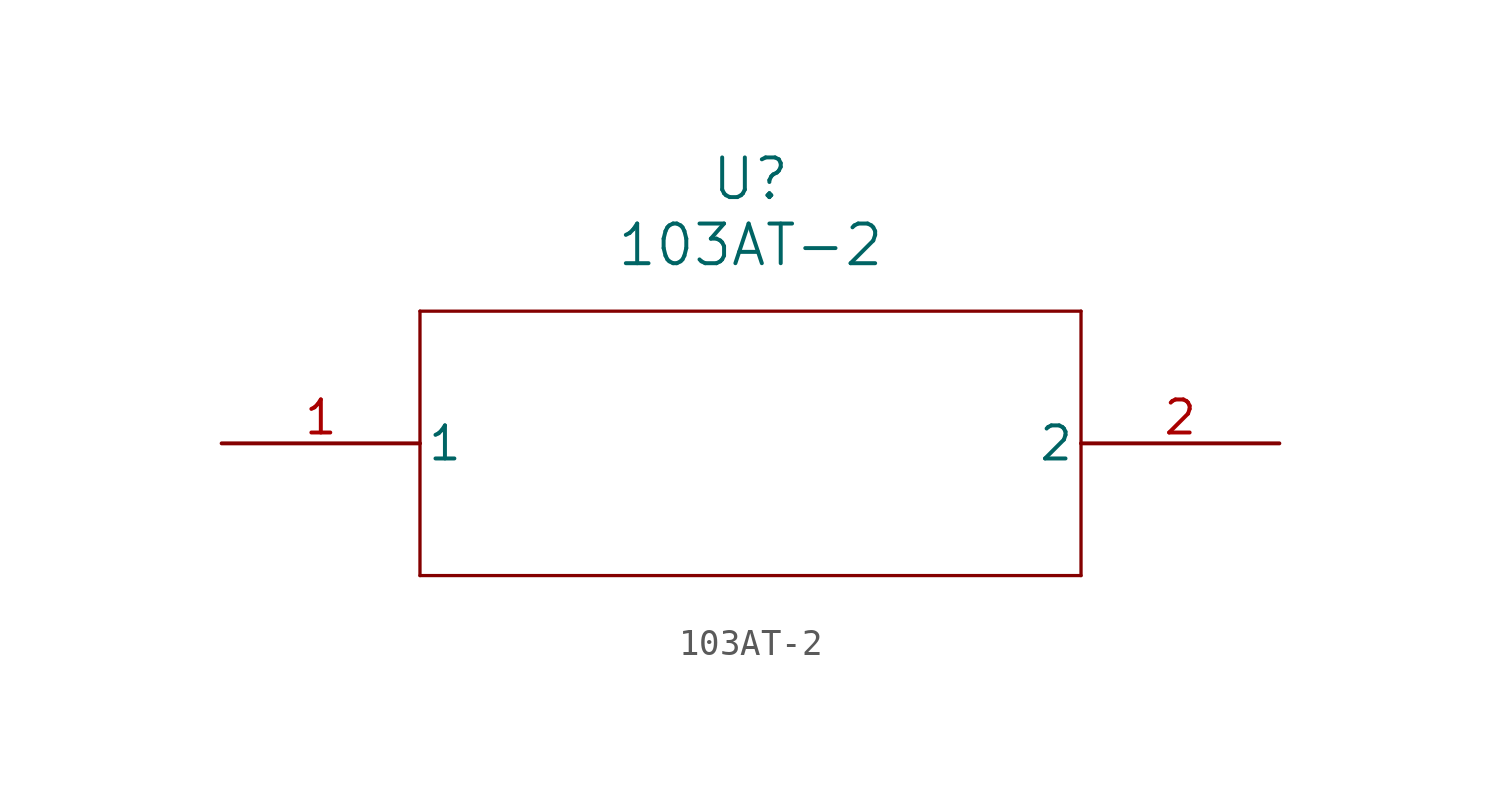
<source format=kicad_sym>
(kicad_symbol_lib
  (version 20211014)
  (generator kicad_symbol_editor)
  (symbol "103AT-2"
    (pin_names
      (offset 0.254))
    (property "Reference" "U"
      (at 20.32 10.16 0)
      (effects (font (size 1.524 1.524))))
    (property "Value" "103AT-2"
      (at 20.32 7.62 0)
      (effects (font (size 1.524 1.524))))
    (symbol "103AT-2_0_1"
      (polyline (pts (xy 7.62 5.08) (xy 7.62 -5.08)) (stroke (width 0.127) (type default) (color 0 0 0 0)) (fill (type none)))
      (polyline (pts (xy 7.62 -5.08) (xy 33.02 -5.08)) (stroke (width 0.127) (type default) (color 0 0 0 0)) (fill (type none)))
      (polyline (pts (xy 33.02 -5.08) (xy 33.02 5.08)) (stroke (width 0.127) (type default) (color 0 0 0 0)) (fill (type none)))
      (polyline (pts (xy 33.02 5.08) (xy 7.62 5.08)) (stroke (width 0.127) (type default) (color 0 0 0 0)) (fill (type none)))
      (pin unspecified line (at 0 0 0) (length 7.62) (name "1" (effects (font (size 1.27 1.27)))) (number "1" (effects (font (size 1.27 1.27)))))
      (pin unspecified line (at 40.64 0 180) (length 7.62) (name "2" (effects (font (size 1.27 1.27)))) (number "2" (effects (font (size 1.27 1.27))))))))
</source>
